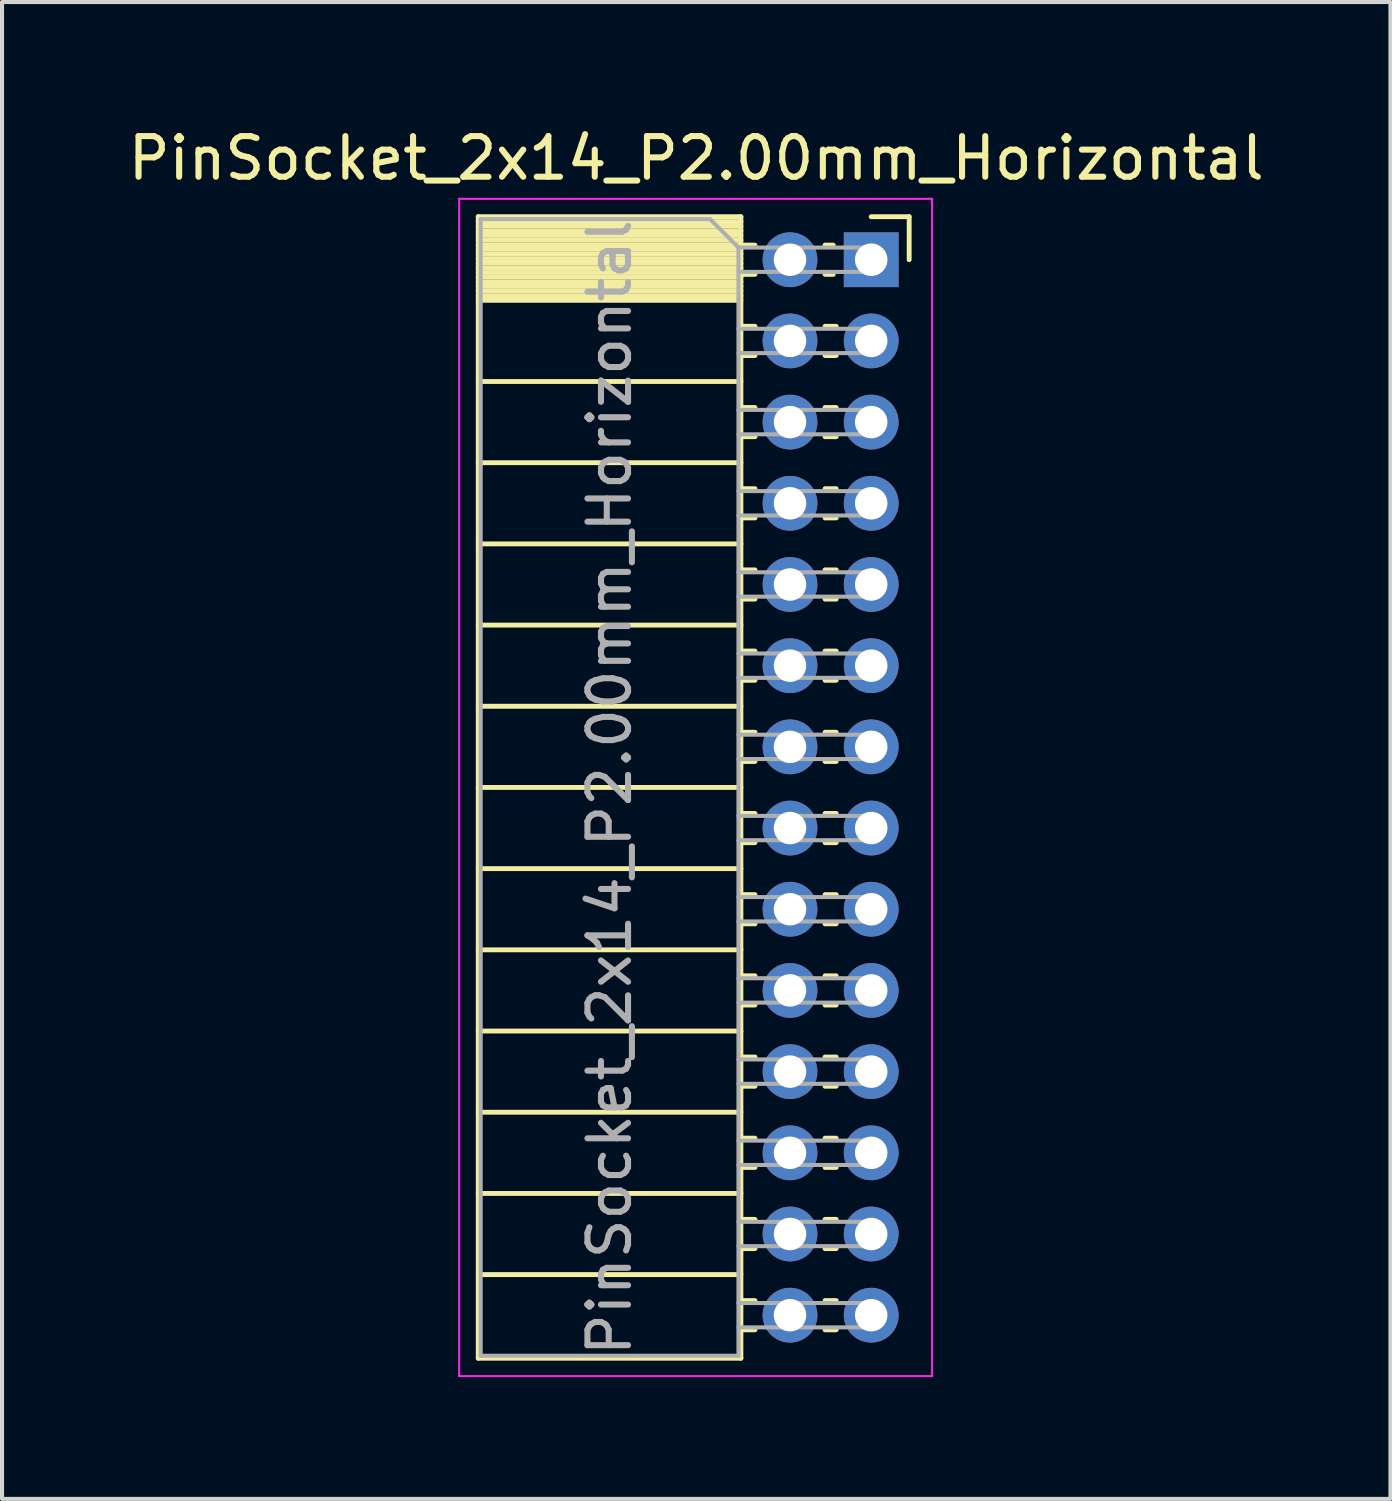
<source format=kicad_pcb>
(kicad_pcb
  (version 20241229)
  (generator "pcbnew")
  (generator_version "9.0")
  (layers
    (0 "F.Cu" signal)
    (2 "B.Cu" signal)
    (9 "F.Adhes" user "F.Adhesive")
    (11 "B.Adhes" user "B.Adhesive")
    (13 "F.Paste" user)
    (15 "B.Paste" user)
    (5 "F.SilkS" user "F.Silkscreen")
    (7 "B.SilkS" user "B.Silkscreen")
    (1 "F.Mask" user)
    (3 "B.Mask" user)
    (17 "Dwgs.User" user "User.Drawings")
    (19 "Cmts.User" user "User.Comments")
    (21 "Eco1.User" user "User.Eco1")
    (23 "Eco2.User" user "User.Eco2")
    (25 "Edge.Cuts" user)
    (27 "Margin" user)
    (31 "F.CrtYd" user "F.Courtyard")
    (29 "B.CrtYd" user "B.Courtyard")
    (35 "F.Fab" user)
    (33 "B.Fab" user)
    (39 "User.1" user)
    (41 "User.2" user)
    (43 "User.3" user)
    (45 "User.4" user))
  (footprint "PinSocket_2x14_P2.00mm_Horizontal"
    (layer "F.Cu")
    (at 18.411 3.348)
    (property "Reference" "PinSocket_2x14_P2.00mm_Horizontal" (at -4.31 -2.5 0) (layer "F.SilkS") (effects (font (size 1 1) (thickness 0.15))))
    (attr through_hole)
    (fp_line (start -9.68 -1.06) (end -9.68 27.06) (stroke (width 0.12) (type solid)) (layer "F.SilkS"))
    (fp_line (start -9.68 -1.06) (end -3.21 -1.06) (stroke (width 0.12) (type solid)) (layer "F.SilkS"))
    (fp_line (start -9.68 -0.94) (end -3.21 -0.94) (stroke (width 0.12) (type solid)) (layer "F.SilkS"))
    (fp_line (start -9.68 -0.826) (end -3.21 -0.826) (stroke (width 0.12) (type solid)) (layer "F.SilkS"))
    (fp_line (start -9.68 -0.712) (end -3.21 -0.712) (stroke (width 0.12) (type solid)) (layer "F.SilkS"))
    (fp_line (start -9.68 -0.598) (end -3.21 -0.598) (stroke (width 0.12) (type solid)) (layer "F.SilkS"))
    (fp_line (start -9.68 -0.484) (end -3.21 -0.484) (stroke (width 0.12) (type solid)) (layer "F.SilkS"))
    (fp_line (start -9.68 -0.369) (end -3.21 -0.369) (stroke (width 0.12) (type solid)) (layer "F.SilkS"))
    (fp_line (start -9.68 -0.255) (end -3.21 -0.255) (stroke (width 0.12) (type solid)) (layer "F.SilkS"))
    (fp_line (start -9.68 -0.141) (end -3.21 -0.141) (stroke (width 0.12) (type solid)) (layer "F.SilkS"))
    (fp_line (start -9.68 -0.027) (end -3.21 -0.027) (stroke (width 0.12) (type solid)) (layer "F.SilkS"))
    (fp_line (start -9.68 0.087) (end -3.21 0.087) (stroke (width 0.12) (type solid)) (layer "F.SilkS"))
    (fp_line (start -9.68 0.201) (end -3.21 0.201) (stroke (width 0.12) (type solid)) (layer "F.SilkS"))
    (fp_line (start -9.68 0.315) (end -3.21 0.315) (stroke (width 0.12) (type solid)) (layer "F.SilkS"))
    (fp_line (start -9.68 0.429) (end -3.21 0.429) (stroke (width 0.12) (type solid)) (layer "F.SilkS"))
    (fp_line (start -9.68 0.544) (end -3.21 0.544) (stroke (width 0.12) (type solid)) (layer "F.SilkS"))
    (fp_line (start -9.68 0.658) (end -3.21 0.658) (stroke (width 0.12) (type solid)) (layer "F.SilkS"))
    (fp_line (start -9.68 0.772) (end -3.21 0.772) (stroke (width 0.12) (type solid)) (layer "F.SilkS"))
    (fp_line (start -9.68 0.886) (end -3.21 0.886) (stroke (width 0.12) (type solid)) (layer "F.SilkS"))
    (fp_line (start -9.68 1) (end -3.21 1) (stroke (width 0.12) (type solid)) (layer "F.SilkS"))
    (fp_line (start -9.68 3) (end -3.21 3) (stroke (width 0.12) (type solid)) (layer "F.SilkS"))
    (fp_line (start -9.68 5) (end -3.21 5) (stroke (width 0.12) (type solid)) (layer "F.SilkS"))
    (fp_line (start -9.68 7) (end -3.21 7) (stroke (width 0.12) (type solid)) (layer "F.SilkS"))
    (fp_line (start -9.68 9) (end -3.21 9) (stroke (width 0.12) (type solid)) (layer "F.SilkS"))
    (fp_line (start -9.68 11) (end -3.21 11) (stroke (width 0.12) (type solid)) (layer "F.SilkS"))
    (fp_line (start -9.68 13) (end -3.21 13) (stroke (width 0.12) (type solid)) (layer "F.SilkS"))
    (fp_line (start -9.68 15) (end -3.21 15) (stroke (width 0.12) (type solid)) (layer "F.SilkS"))
    (fp_line (start -9.68 17) (end -3.21 17) (stroke (width 0.12) (type solid)) (layer "F.SilkS"))
    (fp_line (start -9.68 19) (end -3.21 19) (stroke (width 0.12) (type solid)) (layer "F.SilkS"))
    (fp_line (start -9.68 21) (end -3.21 21) (stroke (width 0.12) (type solid)) (layer "F.SilkS"))
    (fp_line (start -9.68 23) (end -3.21 23) (stroke (width 0.12) (type solid)) (layer "F.SilkS"))
    (fp_line (start -9.68 25) (end -3.21 25) (stroke (width 0.12) (type solid)) (layer "F.SilkS"))
    (fp_line (start -9.68 27.06) (end -3.21 27.06) (stroke (width 0.12) (type solid)) (layer "F.SilkS"))
    (fp_line (start -3.21 -1.06) (end -3.21 27.06) (stroke (width 0.12) (type solid)) (layer "F.SilkS"))
    (fp_line (start -3.21 -0.36) (end -2.863 -0.36) (stroke (width 0.12) (type solid)) (layer "F.SilkS"))
    (fp_line (start -3.21 0.36) (end -2.863 0.36) (stroke (width 0.12) (type solid)) (layer "F.SilkS"))
    (fp_line (start -3.21 1.64) (end -2.863 1.64) (stroke (width 0.12) (type solid)) (layer "F.SilkS"))
    (fp_line (start -3.21 2.36) (end -2.863 2.36) (stroke (width 0.12) (type solid)) (layer "F.SilkS"))
    (fp_line (start -3.21 3.64) (end -2.863 3.64) (stroke (width 0.12) (type solid)) (layer "F.SilkS"))
    (fp_line (start -3.21 4.36) (end -2.863 4.36) (stroke (width 0.12) (type solid)) (layer "F.SilkS"))
    (fp_line (start -3.21 5.64) (end -2.863 5.64) (stroke (width 0.12) (type solid)) (layer "F.SilkS"))
    (fp_line (start -3.21 6.36) (end -2.863 6.36) (stroke (width 0.12) (type solid)) (layer "F.SilkS"))
    (fp_line (start -3.21 7.64) (end -2.863 7.64) (stroke (width 0.12) (type solid)) (layer "F.SilkS"))
    (fp_line (start -3.21 8.36) (end -2.863 8.36) (stroke (width 0.12) (type solid)) (layer "F.SilkS"))
    (fp_line (start -3.21 9.64) (end -2.863 9.64) (stroke (width 0.12) (type solid)) (layer "F.SilkS"))
    (fp_line (start -3.21 10.36) (end -2.863 10.36) (stroke (width 0.12) (type solid)) (layer "F.SilkS"))
    (fp_line (start -3.21 11.64) (end -2.863 11.64) (stroke (width 0.12) (type solid)) (layer "F.SilkS"))
    (fp_line (start -3.21 12.36) (end -2.863 12.36) (stroke (width 0.12) (type solid)) (layer "F.SilkS"))
    (fp_line (start -3.21 13.64) (end -2.863 13.64) (stroke (width 0.12) (type solid)) (layer "F.SilkS"))
    (fp_line (start -3.21 14.36) (end -2.863 14.36) (stroke (width 0.12) (type solid)) (layer "F.SilkS"))
    (fp_line (start -3.21 15.64) (end -2.863 15.64) (stroke (width 0.12) (type solid)) (layer "F.SilkS"))
    (fp_line (start -3.21 16.36) (end -2.863 16.36) (stroke (width 0.12) (type solid)) (layer "F.SilkS"))
    (fp_line (start -3.21 17.64) (end -2.863 17.64) (stroke (width 0.12) (type solid)) (layer "F.SilkS"))
    (fp_line (start -3.21 18.36) (end -2.863 18.36) (stroke (width 0.12) (type solid)) (layer "F.SilkS"))
    (fp_line (start -3.21 19.64) (end -2.863 19.64) (stroke (width 0.12) (type solid)) (layer "F.SilkS"))
    (fp_line (start -3.21 20.36) (end -2.863 20.36) (stroke (width 0.12) (type solid)) (layer "F.SilkS"))
    (fp_line (start -3.21 21.64) (end -2.863 21.64) (stroke (width 0.12) (type solid)) (layer "F.SilkS"))
    (fp_line (start -3.21 22.36) (end -2.863 22.36) (stroke (width 0.12) (type solid)) (layer "F.SilkS"))
    (fp_line (start -3.21 23.64) (end -2.863 23.64) (stroke (width 0.12) (type solid)) (layer "F.SilkS"))
    (fp_line (start -3.21 24.36) (end -2.863 24.36) (stroke (width 0.12) (type solid)) (layer "F.SilkS"))
    (fp_line (start -3.21 25.64) (end -2.863 25.64) (stroke (width 0.12) (type solid)) (layer "F.SilkS"))
    (fp_line (start -3.21 26.36) (end -2.863 26.36) (stroke (width 0.12) (type solid)) (layer "F.SilkS"))
    (fp_line (start -1.137 -0.36) (end -0.935 -0.36) (stroke (width 0.12) (type solid)) (layer "F.SilkS"))
    (fp_line (start -1.137 0.36) (end -0.935 0.36) (stroke (width 0.12) (type solid)) (layer "F.SilkS"))
    (fp_line (start -1.137 1.64) (end -0.863 1.64) (stroke (width 0.12) (type solid)) (layer "F.SilkS"))
    (fp_line (start -1.137 2.36) (end -0.863 2.36) (stroke (width 0.12) (type solid)) (layer "F.SilkS"))
    (fp_line (start -1.137 3.64) (end -0.863 3.64) (stroke (width 0.12) (type solid)) (layer "F.SilkS"))
    (fp_line (start -1.137 4.36) (end -0.863 4.36) (stroke (width 0.12) (type solid)) (layer "F.SilkS"))
    (fp_line (start -1.137 5.64) (end -0.863 5.64) (stroke (width 0.12) (type solid)) (layer "F.SilkS"))
    (fp_line (start -1.137 6.36) (end -0.863 6.36) (stroke (width 0.12) (type solid)) (layer "F.SilkS"))
    (fp_line (start -1.137 7.64) (end -0.863 7.64) (stroke (width 0.12) (type solid)) (layer "F.SilkS"))
    (fp_line (start -1.137 8.36) (end -0.863 8.36) (stroke (width 0.12) (type solid)) (layer "F.SilkS"))
    (fp_line (start -1.137 9.64) (end -0.863 9.64) (stroke (width 0.12) (type solid)) (layer "F.SilkS"))
    (fp_line (start -1.137 10.36) (end -0.863 10.36) (stroke (width 0.12) (type solid)) (layer "F.SilkS"))
    (fp_line (start -1.137 11.64) (end -0.863 11.64) (stroke (width 0.12) (type solid)) (layer "F.SilkS"))
    (fp_line (start -1.137 12.36) (end -0.863 12.36) (stroke (width 0.12) (type solid)) (layer "F.SilkS"))
    (fp_line (start -1.137 13.64) (end -0.863 13.64) (stroke (width 0.12) (type solid)) (layer "F.SilkS"))
    (fp_line (start -1.137 14.36) (end -0.863 14.36) (stroke (width 0.12) (type solid)) (layer "F.SilkS"))
    (fp_line (start -1.137 15.64) (end -0.863 15.64) (stroke (width 0.12) (type solid)) (layer "F.SilkS"))
    (fp_line (start -1.137 16.36) (end -0.863 16.36) (stroke (width 0.12) (type solid)) (layer "F.SilkS"))
    (fp_line (start -1.137 17.64) (end -0.863 17.64) (stroke (width 0.12) (type solid)) (layer "F.SilkS"))
    (fp_line (start -1.137 18.36) (end -0.863 18.36) (stroke (width 0.12) (type solid)) (layer "F.SilkS"))
    (fp_line (start -1.137 19.64) (end -0.863 19.64) (stroke (width 0.12) (type solid)) (layer "F.SilkS"))
    (fp_line (start -1.137 20.36) (end -0.863 20.36) (stroke (width 0.12) (type solid)) (layer "F.SilkS"))
    (fp_line (start -1.137 21.64) (end -0.863 21.64) (stroke (width 0.12) (type solid)) (layer "F.SilkS"))
    (fp_line (start -1.137 22.36) (end -0.863 22.36) (stroke (width 0.12) (type solid)) (layer "F.SilkS"))
    (fp_line (start -1.137 23.64) (end -0.863 23.64) (stroke (width 0.12) (type solid)) (layer "F.SilkS"))
    (fp_line (start -1.137 24.36) (end -0.863 24.36) (stroke (width 0.12) (type solid)) (layer "F.SilkS"))
    (fp_line (start -1.137 25.64) (end -0.863 25.64) (stroke (width 0.12) (type solid)) (layer "F.SilkS"))
    (fp_line (start -1.137 26.36) (end -0.863 26.36) (stroke (width 0.12) (type solid)) (layer "F.SilkS"))
    (fp_line (start 0 -1.06) (end 0.935 -1.06) (stroke (width 0.12) (type solid)) (layer "F.SilkS"))
    (fp_line (start 0.935 -1.06) (end 0.935 0) (stroke (width 0.12) (type solid)) (layer "F.SilkS"))
    (fp_line (start -10.15 -1.5) (end -10.15 27.5) (stroke (width 0.05) (type solid)) (layer "F.CrtYd"))
    (fp_line (start -10.15 27.5) (end 1.5 27.5) (stroke (width 0.05) (type solid)) (layer "F.CrtYd"))
    (fp_line (start 1.5 -1.5) (end -10.15 -1.5) (stroke (width 0.05) (type solid)) (layer "F.CrtYd"))
    (fp_line (start 1.5 27.5) (end 1.5 -1.5) (stroke (width 0.05) (type solid)) (layer "F.CrtYd"))
    (fp_line (start -9.62 -1) (end -3.97 -1) (stroke (width 0.1) (type solid)) (layer "F.Fab"))
    (fp_line (start -9.62 27) (end -9.62 -1) (stroke (width 0.1) (type solid)) (layer "F.Fab"))
    (fp_line (start -3.97 -1) (end -3.27 -0.3) (stroke (width 0.1) (type solid)) (layer "F.Fab"))
    (fp_line (start -3.27 -0.3) (end -3.27 27) (stroke (width 0.1) (type solid)) (layer "F.Fab"))
    (fp_line (start -3.27 0.3) (end 0 0.3) (stroke (width 0.1) (type solid)) (layer "F.Fab"))
    (fp_line (start -3.27 2.3) (end 0 2.3) (stroke (width 0.1) (type solid)) (layer "F.Fab"))
    (fp_line (start -3.27 4.3) (end 0 4.3) (stroke (width 0.1) (type solid)) (layer "F.Fab"))
    (fp_line (start -3.27 6.3) (end 0 6.3) (stroke (width 0.1) (type solid)) (layer "F.Fab"))
    (fp_line (start -3.27 8.3) (end 0 8.3) (stroke (width 0.1) (type solid)) (layer "F.Fab"))
    (fp_line (start -3.27 10.3) (end 0 10.3) (stroke (width 0.1) (type solid)) (layer "F.Fab"))
    (fp_line (start -3.27 12.3) (end 0 12.3) (stroke (width 0.1) (type solid)) (layer "F.Fab"))
    (fp_line (start -3.27 14.3) (end 0 14.3) (stroke (width 0.1) (type solid)) (layer "F.Fab"))
    (fp_line (start -3.27 16.3) (end 0 16.3) (stroke (width 0.1) (type solid)) (layer "F.Fab"))
    (fp_line (start -3.27 18.3) (end 0 18.3) (stroke (width 0.1) (type solid)) (layer "F.Fab"))
    (fp_line (start -3.27 20.3) (end 0 20.3) (stroke (width 0.1) (type solid)) (layer "F.Fab"))
    (fp_line (start -3.27 22.3) (end 0 22.3) (stroke (width 0.1) (type solid)) (layer "F.Fab"))
    (fp_line (start -3.27 24.3) (end 0 24.3) (stroke (width 0.1) (type solid)) (layer "F.Fab"))
    (fp_line (start -3.27 26.3) (end 0 26.3) (stroke (width 0.1) (type solid)) (layer "F.Fab"))
    (fp_line (start -3.27 27) (end -9.62 27) (stroke (width 0.1) (type solid)) (layer "F.Fab"))
    (fp_line (start 0 -0.3) (end -3.27 -0.3) (stroke (width 0.1) (type solid)) (layer "F.Fab"))
    (fp_line (start 0 0.3) (end 0 -0.3) (stroke (width 0.1) (type solid)) (layer "F.Fab"))
    (fp_line (start 0 1.7) (end -3.27 1.7) (stroke (width 0.1) (type solid)) (layer "F.Fab"))
    (fp_line (start 0 2.3) (end 0 1.7) (stroke (width 0.1) (type solid)) (layer "F.Fab"))
    (fp_line (start 0 3.7) (end -3.27 3.7) (stroke (width 0.1) (type solid)) (layer "F.Fab"))
    (fp_line (start 0 4.3) (end 0 3.7) (stroke (width 0.1) (type solid)) (layer "F.Fab"))
    (fp_line (start 0 5.7) (end -3.27 5.7) (stroke (width 0.1) (type solid)) (layer "F.Fab"))
    (fp_line (start 0 6.3) (end 0 5.7) (stroke (width 0.1) (type solid)) (layer "F.Fab"))
    (fp_line (start 0 7.7) (end -3.27 7.7) (stroke (width 0.1) (type solid)) (layer "F.Fab"))
    (fp_line (start 0 8.3) (end 0 7.7) (stroke (width 0.1) (type solid)) (layer "F.Fab"))
    (fp_line (start 0 9.7) (end -3.27 9.7) (stroke (width 0.1) (type solid)) (layer "F.Fab"))
    (fp_line (start 0 10.3) (end 0 9.7) (stroke (width 0.1) (type solid)) (layer "F.Fab"))
    (fp_line (start 0 11.7) (end -3.27 11.7) (stroke (width 0.1) (type solid)) (layer "F.Fab"))
    (fp_line (start 0 12.3) (end 0 11.7) (stroke (width 0.1) (type solid)) (layer "F.Fab"))
    (fp_line (start 0 13.7) (end -3.27 13.7) (stroke (width 0.1) (type solid)) (layer "F.Fab"))
    (fp_line (start 0 14.3) (end 0 13.7) (stroke (width 0.1) (type solid)) (layer "F.Fab"))
    (fp_line (start 0 15.7) (end -3.27 15.7) (stroke (width 0.1) (type solid)) (layer "F.Fab"))
    (fp_line (start 0 16.3) (end 0 15.7) (stroke (width 0.1) (type solid)) (layer "F.Fab"))
    (fp_line (start 0 17.7) (end -3.27 17.7) (stroke (width 0.1) (type solid)) (layer "F.Fab"))
    (fp_line (start 0 18.3) (end 0 17.7) (stroke (width 0.1) (type solid)) (layer "F.Fab"))
    (fp_line (start 0 19.7) (end -3.27 19.7) (stroke (width 0.1) (type solid)) (layer "F.Fab"))
    (fp_line (start 0 20.3) (end 0 19.7) (stroke (width 0.1) (type solid)) (layer "F.Fab"))
    (fp_line (start 0 21.7) (end -3.27 21.7) (stroke (width 0.1) (type solid)) (layer "F.Fab"))
    (fp_line (start 0 22.3) (end 0 21.7) (stroke (width 0.1) (type solid)) (layer "F.Fab"))
    (fp_line (start 0 23.7) (end -3.27 23.7) (stroke (width 0.1) (type solid)) (layer "F.Fab"))
    (fp_line (start 0 24.3) (end 0 23.7) (stroke (width 0.1) (type solid)) (layer "F.Fab"))
    (fp_line (start 0 25.7) (end -3.27 25.7) (stroke (width 0.1) (type solid)) (layer "F.Fab"))
    (fp_line (start 0 26.3) (end 0 25.7) (stroke (width 0.1) (type solid)) (layer "F.Fab"))
    (fp_text user "${REFERENCE}" (at -6.445 13 90) (layer "F.Fab") (effects (font (size 1 1) (thickness 0.15))))
    (pad "1" thru_hole rect (at 0 0) (size 1.35 1.35) (drill 0.8) (layers "*.Cu" "*.Mask"))
    (pad "2" thru_hole oval (at -2 0) (size 1.35 1.35) (drill 0.8) (layers "*.Cu" "*.Mask"))
    (pad "3" thru_hole oval (at 0 2) (size 1.35 1.35) (drill 0.8) (layers "*.Cu" "*.Mask"))
    (pad "4" thru_hole oval (at -2 2) (size 1.35 1.35) (drill 0.8) (layers "*.Cu" "*.Mask"))
    (pad "5" thru_hole oval (at 0 4) (size 1.35 1.35) (drill 0.8) (layers "*.Cu" "*.Mask"))
    (pad "6" thru_hole oval (at -2 4) (size 1.35 1.35) (drill 0.8) (layers "*.Cu" "*.Mask"))
    (pad "7" thru_hole oval (at 0 6) (size 1.35 1.35) (drill 0.8) (layers "*.Cu" "*.Mask"))
    (pad "8" thru_hole oval (at -2 6) (size 1.35 1.35) (drill 0.8) (layers "*.Cu" "*.Mask"))
    (pad "9" thru_hole oval (at 0 8) (size 1.35 1.35) (drill 0.8) (layers "*.Cu" "*.Mask"))
    (pad "10" thru_hole oval (at -2 8) (size 1.35 1.35) (drill 0.8) (layers "*.Cu" "*.Mask"))
    (pad "11" thru_hole oval (at 0 10) (size 1.35 1.35) (drill 0.8) (layers "*.Cu" "*.Mask"))
    (pad "12" thru_hole oval (at -2 10) (size 1.35 1.35) (drill 0.8) (layers "*.Cu" "*.Mask"))
    (pad "13" thru_hole oval (at 0 12) (size 1.35 1.35) (drill 0.8) (layers "*.Cu" "*.Mask"))
    (pad "14" thru_hole oval (at -2 12) (size 1.35 1.35) (drill 0.8) (layers "*.Cu" "*.Mask"))
    (pad "15" thru_hole oval (at 0 14) (size 1.35 1.35) (drill 0.8) (layers "*.Cu" "*.Mask"))
    (pad "16" thru_hole oval (at -2 14) (size 1.35 1.35) (drill 0.8) (layers "*.Cu" "*.Mask"))
    (pad "17" thru_hole oval (at 0 16) (size 1.35 1.35) (drill 0.8) (layers "*.Cu" "*.Mask"))
    (pad "18" thru_hole oval (at -2 16) (size 1.35 1.35) (drill 0.8) (layers "*.Cu" "*.Mask"))
    (pad "19" thru_hole oval (at 0 18) (size 1.35 1.35) (drill 0.8) (layers "*.Cu" "*.Mask"))
    (pad "20" thru_hole oval (at -2 18) (size 1.35 1.35) (drill 0.8) (layers "*.Cu" "*.Mask"))
    (pad "21" thru_hole oval (at 0 20) (size 1.35 1.35) (drill 0.8) (layers "*.Cu" "*.Mask"))
    (pad "22" thru_hole oval (at -2 20) (size 1.35 1.35) (drill 0.8) (layers "*.Cu" "*.Mask"))
    (pad "23" thru_hole oval (at 0 22) (size 1.35 1.35) (drill 0.8) (layers "*.Cu" "*.Mask"))
    (pad "24" thru_hole oval (at -2 22) (size 1.35 1.35) (drill 0.8) (layers "*.Cu" "*.Mask"))
    (pad "25" thru_hole oval (at 0 24) (size 1.35 1.35) (drill 0.8) (layers "*.Cu" "*.Mask"))
    (pad "26" thru_hole oval (at -2 24) (size 1.35 1.35) (drill 0.8) (layers "*.Cu" "*.Mask"))
    (pad "27" thru_hole oval (at 0 26) (size 1.35 1.35) (drill 0.8) (layers "*.Cu" "*.Mask"))
    (pad "28" thru_hole oval (at -2 26) (size 1.35 1.35) (drill 0.8) (layers "*.Cu" "*.Mask")))
  (gr_rect
    (start -3 -3)
    (end 31.202 33.873)
    (stroke (width 0.1) (type default))
    (fill no)
    (layer "Edge.Cuts")))
</source>
